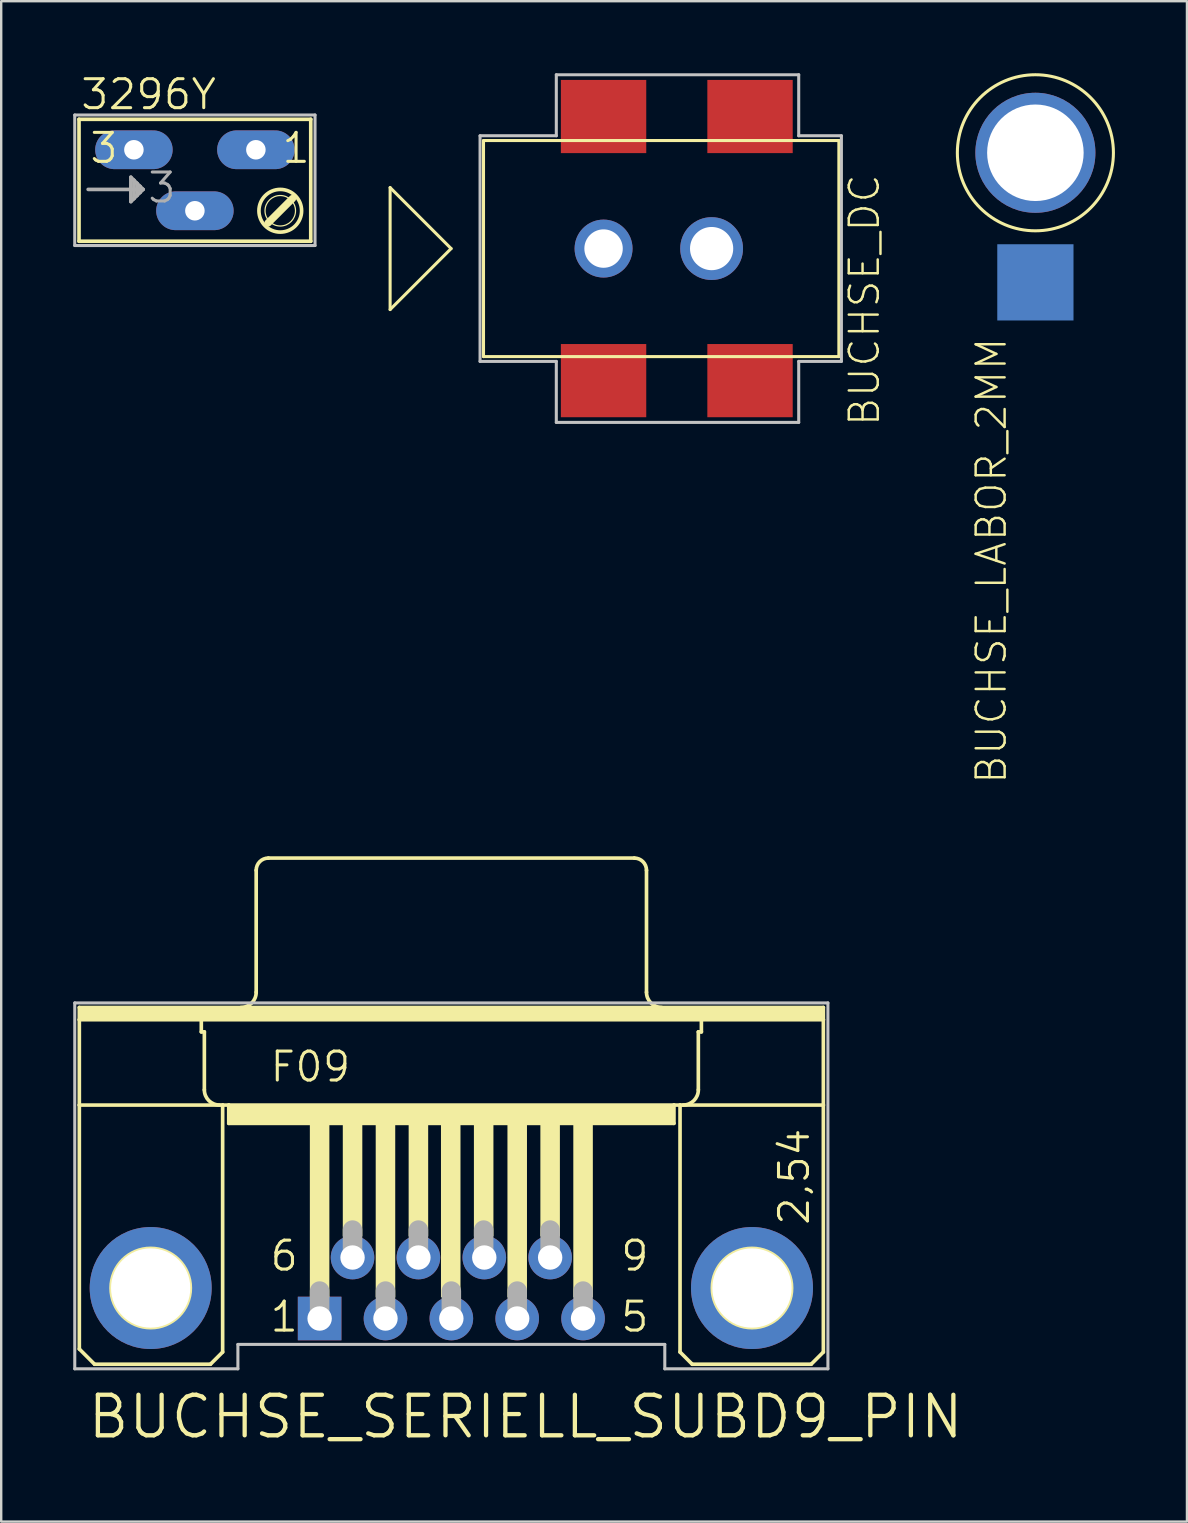
<source format=kicad_pcb>
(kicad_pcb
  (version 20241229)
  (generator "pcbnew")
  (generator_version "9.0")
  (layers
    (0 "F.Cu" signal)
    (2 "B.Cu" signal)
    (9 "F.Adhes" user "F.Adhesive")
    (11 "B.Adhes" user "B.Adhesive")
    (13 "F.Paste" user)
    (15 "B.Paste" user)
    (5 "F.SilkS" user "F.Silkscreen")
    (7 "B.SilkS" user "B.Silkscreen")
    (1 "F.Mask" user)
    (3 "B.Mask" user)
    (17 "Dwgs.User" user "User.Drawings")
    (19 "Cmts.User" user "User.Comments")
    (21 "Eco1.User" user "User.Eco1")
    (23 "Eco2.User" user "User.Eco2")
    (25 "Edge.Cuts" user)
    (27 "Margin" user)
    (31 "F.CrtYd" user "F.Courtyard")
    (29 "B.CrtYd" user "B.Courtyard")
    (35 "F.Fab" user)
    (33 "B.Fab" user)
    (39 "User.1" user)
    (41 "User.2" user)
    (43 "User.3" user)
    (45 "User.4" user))
  (footprint "BUCHSE_SERIELL_SUBD9_PIN"
    (layer "F.Cu")
    (at 15.748 50.595)
    (property "Reference" "BUCHSE_SERIELL_SUBD9_PIN" (at -15.24 6.35 0) (layer "F.SilkS") (effects (font (size 1.689 1.689) (thickness 0.178)) (justify left bottom)))
    (attr through_hole)
    (fp_line (start -15.494 -11.684) (end 15.494 -11.684) (stroke (width 0.152) (type solid)) (layer "F.SilkS"))
    (fp_line (start -15.494 -11.176) (end -15.494 -11.684) (stroke (width 0.152) (type solid)) (layer "F.SilkS"))
    (fp_line (start -15.494 -11.176) (end -10.414 -11.176) (stroke (width 0.152) (type solid)) (layer "F.SilkS"))
    (fp_line (start -15.494 -7.62) (end -15.494 -11.176) (stroke (width 0.152) (type solid)) (layer "F.SilkS"))
    (fp_line (start -15.494 -7.62) (end -9.525 -7.62) (stroke (width 0.152) (type solid)) (layer "F.SilkS"))
    (fp_line (start -15.494 2.54) (end -15.494 -7.62) (stroke (width 0.152) (type solid)) (layer "F.SilkS"))
    (fp_line (start -14.859 3.175) (end -15.494 2.54) (stroke (width 0.152) (type solid)) (layer "F.SilkS"))
    (fp_line (start -10.414 -11.176) (end 10.414 -11.176) (stroke (width 0.152) (type solid)) (layer "F.SilkS"))
    (fp_line (start -10.414 -10.668) (end -10.414 -11.176) (stroke (width 0.152) (type solid)) (layer "F.SilkS"))
    (fp_line (start -10.414 -10.668) (end -10.287 -10.668) (stroke (width 0.152) (type solid)) (layer "F.SilkS"))
    (fp_line (start -10.287 -8.255) (end -10.287 -10.668) (stroke (width 0.152) (type solid)) (layer "F.SilkS"))
    (fp_line (start -10.033 3.175) (end -14.859 3.175) (stroke (width 0.152) (type solid)) (layer "F.SilkS"))
    (fp_line (start -10.033 3.175) (end -9.525 2.667) (stroke (width 0.152) (type solid)) (layer "F.SilkS"))
    (fp_line (start -9.525 -7.62) (end -9.271 -7.62) (stroke (width 0.152) (type solid)) (layer "F.SilkS"))
    (fp_line (start -9.525 2.667) (end -9.525 -7.62) (stroke (width 0.152) (type solid)) (layer "F.SilkS"))
    (fp_line (start -9.271 -7.62) (end -9.271 -6.858) (stroke (width 0.152) (type solid)) (layer "F.SilkS"))
    (fp_line (start -9.271 -7.62) (end 9.271 -7.62) (stroke (width 0.152) (type solid)) (layer "F.SilkS"))
    (fp_line (start -9.271 -6.858) (end 9.271 -6.858) (stroke (width 0.152) (type solid)) (layer "F.SilkS"))
    (fp_line (start -8.128 -12.319) (end -8.128 -17.399) (stroke (width 0.152) (type solid)) (layer "F.SilkS"))
    (fp_line (start -7.62 -17.907) (end 7.62 -17.907) (stroke (width 0.152) (type solid)) (layer "F.SilkS"))
    (fp_line (start 8.128 -12.319) (end 8.128 -17.399) (stroke (width 0.152) (type solid)) (layer "F.SilkS"))
    (fp_line (start 9.271 -7.62) (end 9.271 -6.858) (stroke (width 0.152) (type solid)) (layer "F.SilkS"))
    (fp_line (start 9.271 -7.62) (end 9.525 -7.62) (stroke (width 0.152) (type solid)) (layer "F.SilkS"))
    (fp_line (start 9.525 -7.62) (end 15.494 -7.62) (stroke (width 0.152) (type solid)) (layer "F.SilkS"))
    (fp_line (start 9.525 2.667) (end 9.525 -7.62) (stroke (width 0.152) (type solid)) (layer "F.SilkS"))
    (fp_line (start 9.525 2.667) (end 10.033 3.175) (stroke (width 0.152) (type solid)) (layer "F.SilkS"))
    (fp_line (start 10.033 3.175) (end 14.986 3.175) (stroke (width 0.152) (type solid)) (layer "F.SilkS"))
    (fp_line (start 10.287 -10.668) (end 10.414 -10.668) (stroke (width 0.152) (type solid)) (layer "F.SilkS"))
    (fp_line (start 10.287 -8.255) (end 10.287 -10.668) (stroke (width 0.152) (type solid)) (layer "F.SilkS"))
    (fp_line (start 10.414 -11.176) (end 15.494 -11.176) (stroke (width 0.152) (type solid)) (layer "F.SilkS"))
    (fp_line (start 10.414 -10.668) (end 10.414 -11.176) (stroke (width 0.152) (type solid)) (layer "F.SilkS"))
    (fp_line (start 14.986 3.175) (end 15.494 2.667) (stroke (width 0.152) (type solid)) (layer "F.SilkS"))
    (fp_line (start 15.494 -11.684) (end 15.494 -11.176) (stroke (width 0.152) (type solid)) (layer "F.SilkS"))
    (fp_line (start 15.494 -11.176) (end 15.494 -7.62) (stroke (width 0.152) (type solid)) (layer "F.SilkS"))
    (fp_line (start 15.494 2.667) (end 15.494 -7.62) (stroke (width 0.152) (type solid)) (layer "F.SilkS"))
    (fp_arc (start -9.652 -7.62) (mid -10.101013 -7.805987) (end -10.287 -8.255) (stroke (width 0.1524) (type solid)) (layer "F.SilkS"))
    (fp_arc (start -8.128 -17.399) (mid -7.97921 -17.75821) (end -7.62 -17.907) (stroke (width 0.1524) (type solid)) (layer "F.SilkS"))
    (fp_arc (start -8.128 -12.319) (mid -8.313987 -11.869987) (end -8.763 -11.684) (stroke (width 0.1524) (type solid)) (layer "F.SilkS"))
    (fp_arc (start 7.62 -17.907) (mid 7.97921 -17.75821) (end 8.128 -17.399) (stroke (width 0.1524) (type solid)) (layer "F.SilkS"))
    (fp_arc (start 8.763 -11.684) (mid 8.313987 -11.869987) (end 8.128 -12.319) (stroke (width 0.1524) (type solid)) (layer "F.SilkS"))
    (fp_arc (start 10.287 -8.255) (mid 10.101013 -7.805987) (end 9.652 -7.62) (stroke (width 0.1524) (type solid)) (layer "F.SilkS"))
    (fp_circle (center -12.522 0) (end -10.871 0) (stroke (width 0.152) (type solid)) (fill no) (layer "F.SilkS"))
    (fp_circle (center 12.522 0) (end 14.173 0) (stroke (width 0.152) (type solid)) (fill no) (layer "F.SilkS"))
    (fp_poly (pts (xy -15.494 -11.176) (xy 15.494 -11.176) (xy 15.494 -11.684) (xy -15.494 -11.684)) (stroke (width 0) (type solid)) (fill yes) (layer "F.SilkS"))
    (fp_poly (pts (xy -9.271 -6.858) (xy 9.271 -6.858) (xy 9.271 -7.62) (xy -9.271 -7.62)) (stroke (width 0) (type solid)) (fill yes) (layer "F.SilkS"))
    (fp_poly (pts (xy -5.893 0.381) (xy -5.08 0.381) (xy -5.08 -6.858) (xy -5.893 -6.858)) (stroke (width 0) (type solid)) (fill yes) (layer "F.SilkS"))
    (fp_poly (pts (xy -4.521 -2.159) (xy -3.708 -2.159) (xy -3.708 -6.858) (xy -4.521 -6.858)) (stroke (width 0) (type solid)) (fill yes) (layer "F.SilkS"))
    (fp_poly (pts (xy -3.15 0.381) (xy -2.337 0.381) (xy -2.337 -6.858) (xy -3.15 -6.858)) (stroke (width 0) (type solid)) (fill yes) (layer "F.SilkS"))
    (fp_poly (pts (xy -1.778 -2.159) (xy -0.965 -2.159) (xy -0.965 -6.858) (xy -1.778 -6.858)) (stroke (width 0) (type solid)) (fill yes) (layer "F.SilkS"))
    (fp_poly (pts (xy -0.432 0.381) (xy 0.381 0.381) (xy 0.381 -6.858) (xy -0.432 -6.858)) (stroke (width 0) (type solid)) (fill yes) (layer "F.SilkS"))
    (fp_poly (pts (xy 0.94 -2.159) (xy 1.753 -2.159) (xy 1.753 -6.858) (xy 0.94 -6.858)) (stroke (width 0) (type solid)) (fill yes) (layer "F.SilkS"))
    (fp_poly (pts (xy 2.337 0.381) (xy 3.15 0.381) (xy 3.15 -6.858) (xy 2.337 -6.858)) (stroke (width 0) (type solid)) (fill yes) (layer "F.SilkS"))
    (fp_poly (pts (xy 3.708 -2.159) (xy 4.521 -2.159) (xy 4.521 -6.858) (xy 3.708 -6.858)) (stroke (width 0) (type solid)) (fill yes) (layer "F.SilkS"))
    (fp_poly (pts (xy 5.08 0.381) (xy 5.893 0.381) (xy 5.893 -6.858) (xy 5.08 -6.858)) (stroke (width 0) (type solid)) (fill yes) (layer "F.SilkS"))
    (fp_line (start -15.684 -11.874) (end 15.684 -11.874) (stroke (width 0.127) (type solid)) (layer "Dwgs.User"))
    (fp_line (start -15.684 3.365) (end -15.684 -11.874) (stroke (width 0.127) (type solid)) (layer "Dwgs.User"))
    (fp_line (start -8.89 2.349) (end -8.89 3.365) (stroke (width 0.127) (type solid)) (layer "Dwgs.User"))
    (fp_line (start -8.89 3.365) (end -15.684 3.365) (stroke (width 0.127) (type solid)) (layer "Dwgs.User"))
    (fp_line (start 8.89 2.349) (end -8.89 2.349) (stroke (width 0.127) (type solid)) (layer "Dwgs.User"))
    (fp_line (start 8.89 3.365) (end 8.89 2.349) (stroke (width 0.127) (type solid)) (layer "Dwgs.User"))
    (fp_line (start 15.684 -11.874) (end 15.684 3.365) (stroke (width 0.127) (type solid)) (layer "Dwgs.User"))
    (fp_line (start 15.684 3.365) (end 8.89 3.365) (stroke (width 0.127) (type solid)) (layer "Dwgs.User"))
    (fp_line (start -5.486 1.143) (end -5.486 0.127) (stroke (width 0.813) (type solid)) (layer "F.Fab"))
    (fp_line (start -4.115 -1.397) (end -4.115 -2.413) (stroke (width 0.813) (type solid)) (layer "F.Fab"))
    (fp_line (start -2.743 1.143) (end -2.743 0.127) (stroke (width 0.813) (type solid)) (layer "F.Fab"))
    (fp_line (start -1.372 -1.397) (end -1.372 -2.413) (stroke (width 0.813) (type solid)) (layer "F.Fab"))
    (fp_line (start 0 1.143) (end 0 0.127) (stroke (width 0.813) (type solid)) (layer "F.Fab"))
    (fp_line (start 1.346 -1.397) (end 1.346 -2.413) (stroke (width 0.813) (type solid)) (layer "F.Fab"))
    (fp_line (start 2.743 1.143) (end 2.743 0.127) (stroke (width 0.813) (type solid)) (layer "F.Fab"))
    (fp_line (start 4.115 -1.397) (end 4.115 -2.413) (stroke (width 0.813) (type solid)) (layer "F.Fab"))
    (fp_line (start 5.486 1.143) (end 5.486 0.127) (stroke (width 0.813) (type solid)) (layer "F.Fab"))
    (fp_text user "F09" (at -7.62 -8.509 0) (layer "F.SilkS") (effects (font (size 1.206 1.206) (thickness 0.127)) (justify left bottom)))
    (fp_text user "5" (at 6.985 1.905 0) (layer "F.SilkS") (effects (font (size 1.206 1.206) (thickness 0.127)) (justify left bottom)))
    (fp_text user "1" (at -7.62 1.905 0) (layer "F.SilkS") (effects (font (size 1.206 1.206) (thickness 0.127)) (justify left bottom)))
    (fp_text user "2,54" (at 14.986 -2.54 90) (layer "F.SilkS") (effects (font (size 1.206 1.206) (thickness 0.127)) (justify left bottom)))
    (fp_text user "9" (at 6.985 -0.635 0) (layer "F.SilkS") (effects (font (size 1.206 1.206) (thickness 0.127)) (justify left bottom)))
    (fp_text user "6" (at -7.62 -0.635 0) (layer "F.SilkS") (effects (font (size 1.206 1.206) (thickness 0.127)) (justify left bottom)))
    (pad "1" thru_hole rect (at -5.486 1.27) (size 1.816 1.816) (drill 1.016) (layers "*.Cu" "*.Mask"))
    (pad "2" thru_hole circle (at -2.743 1.27) (size 1.816 1.816) (drill 1.016) (layers "*.Cu" "*.Mask"))
    (pad "3" thru_hole circle (at 0 1.27) (size 1.816 1.816) (drill 1.016) (layers "*.Cu" "*.Mask"))
    (pad "4" thru_hole circle (at 2.743 1.27) (size 1.816 1.816) (drill 1.016) (layers "*.Cu" "*.Mask"))
    (pad "5" thru_hole circle (at 5.486 1.27) (size 1.816 1.816) (drill 1.016) (layers "*.Cu" "*.Mask"))
    (pad "6" thru_hole circle (at -4.115 -1.27) (size 1.816 1.816) (drill 1.016) (layers "*.Cu" "*.Mask"))
    (pad "7" thru_hole circle (at -1.372 -1.27) (size 1.816 1.816) (drill 1.016) (layers "*.Cu" "*.Mask"))
    (pad "8" thru_hole circle (at 1.372 -1.27) (size 1.816 1.816) (drill 1.016) (layers "*.Cu" "*.Mask"))
    (pad "9" thru_hole circle (at 4.115 -1.27) (size 1.816 1.816) (drill 1.016) (layers "*.Cu" "*.Mask"))
    (pad "G1" thru_hole circle (at -12.522 0) (size 5.08 5.08) (drill 3.302) (layers "*.Cu" "*.Mask"))
    (pad "G2" thru_hole circle (at 12.522 0) (size 5.08 5.08) (drill 3.302) (layers "*.Cu" "*.Mask")))
  (footprint "3296Y"
    (layer "F.Cu")
    (at 5.067 4.458)
    (property "Reference" "3296Y" (at -4.826 -2.87 0) (layer "F.SilkS") (effects (font (size 1.206 1.206) (thickness 0.127)) (justify left bottom)))
    (attr through_hole)
    (fp_line (start -4.826 2.54) (end -4.826 -2.54) (stroke (width 0.152) (type solid)) (layer "F.SilkS"))
    (fp_line (start -4.826 2.54) (end 4.826 2.54) (stroke (width 0.152) (type solid)) (layer "F.SilkS"))
    (fp_line (start 4.064 0.762) (end 3.048 1.778) (stroke (width 0.305) (type solid)) (layer "F.SilkS"))
    (fp_line (start 4.826 -2.54) (end -4.826 -2.54) (stroke (width 0.152) (type solid)) (layer "F.SilkS"))
    (fp_line (start 4.826 -2.54) (end 4.826 2.54) (stroke (width 0.152) (type solid)) (layer "F.SilkS"))
    (fp_circle (center 3.556 1.27) (end 4.191 1.27) (stroke (width 0.051) (type solid)) (fill no) (layer "F.SilkS"))
    (fp_circle (center 3.556 1.27) (end 4.445 1.27) (stroke (width 0.152) (type solid)) (fill no) (layer "F.SilkS"))
    (fp_line (start -5.004 -2.718) (end -5.004 2.718) (stroke (width 0.127) (type solid)) (layer "Dwgs.User"))
    (fp_line (start -5.004 2.718) (end 5.004 2.718) (stroke (width 0.127) (type solid)) (layer "Dwgs.User"))
    (fp_line (start 5.004 -2.718) (end -5.004 -2.718) (stroke (width 0.127) (type solid)) (layer "Dwgs.User"))
    (fp_line (start 5.004 2.718) (end 5.004 -2.718) (stroke (width 0.127) (type solid)) (layer "Dwgs.User"))
    (fp_line (start -4.445 0.381) (end -2.54 0.381) (stroke (width 0.152) (type solid)) (layer "F.Fab"))
    (fp_line (start -2.667 -0.127) (end -2.667 0.889) (stroke (width 0.152) (type solid)) (layer "F.Fab"))
    (fp_line (start -2.667 0.889) (end -2.54 0.762) (stroke (width 0.152) (type solid)) (layer "F.Fab"))
    (fp_line (start -2.54 0) (end -2.667 -0.127) (stroke (width 0.152) (type solid)) (layer "F.Fab"))
    (fp_line (start -2.54 0.381) (end -2.54 0) (stroke (width 0.152) (type solid)) (layer "F.Fab"))
    (fp_line (start -2.54 0.762) (end -2.54 0.381) (stroke (width 0.152) (type solid)) (layer "F.Fab"))
    (fp_line (start -2.413 0.127) (end -2.54 0) (stroke (width 0.152) (type solid)) (layer "F.Fab"))
    (fp_line (start -2.413 0.635) (end -2.54 0.762) (stroke (width 0.152) (type solid)) (layer "F.Fab"))
    (fp_line (start -2.413 0.635) (end -2.413 0.127) (stroke (width 0.152) (type solid)) (layer "F.Fab"))
    (fp_line (start -2.286 0.254) (end -2.413 0.127) (stroke (width 0.152) (type solid)) (layer "F.Fab"))
    (fp_line (start -2.286 0.508) (end -2.413 0.635) (stroke (width 0.152) (type solid)) (layer "F.Fab"))
    (fp_line (start -2.286 0.508) (end -2.286 0.254) (stroke (width 0.152) (type solid)) (layer "F.Fab"))
    (fp_line (start -2.159 0.381) (end -2.54 0.381) (stroke (width 0.152) (type solid)) (layer "F.Fab"))
    (fp_line (start -2.159 0.381) (end -2.286 0.254) (stroke (width 0.152) (type solid)) (layer "F.Fab"))
    (fp_line (start -2.159 0.381) (end -2.286 0.508) (stroke (width 0.152) (type solid)) (layer "F.Fab"))
    (fp_text user "1" (at 3.556 -0.635 0) (layer "F.SilkS") (effects (font (size 1.206 1.206) (thickness 0.127)) (justify left bottom)))
    (fp_text user "3" (at -4.445 -0.635 0) (layer "F.SilkS") (effects (font (size 1.206 1.206) (thickness 0.127)) (justify left bottom)))
    (fp_text user "3" (at -2.032 1.016 0) (layer "F.Fab") (effects (font (size 1.206 1.206) (thickness 0.127)) (justify left bottom)))
    (pad "A" thru_hole oval (at 2.54 -1.27) (size 3.226 1.613) (drill 0.813) (layers "*.Cu" "*.Mask"))
    (pad "E" thru_hole oval (at -2.54 -1.27) (size 3.226 1.613) (drill 0.813) (layers "*.Cu" "*.Mask"))
    (pad "S" thru_hole oval (at 0 1.27) (size 3.226 1.613) (drill 0.813) (layers "*.Cu" "*.Mask")))
  (footprint "BUCHSE_LABOR_2MM"
    (layer "F.Cu")
    (at 40.073 3.313)
    (property "Reference" "BUCHSE_LABOR_2MM" (at -2.54 7.62 90) (layer "F.SilkS") (effects (font (size 1.206 1.206) (thickness 0.102)) (justify right top)))
    (attr through_hole)
    (fp_circle (center 0 0) (end 3.25 0) (stroke (width 0.127) (type solid)) (fill no) (layer "F.SilkS"))
    (pad "DRILL" thru_hole circle (at 0 0) (size 5 5) (drill 4.02) (layers "*.Cu" "*.Mask"))
    (pad "PAD" smd rect (at 0 5.397) (size 3.175 3.175) (layers "B.Cu" "B.Mask" "B.Paste")))
  (footprint "BUCHSE_DC"
    (layer "F.Cu")
    (at 22.088 7.303)
    (property "Reference" "BUCHSE_DC" (at 10.16 -3.175 90) (layer "F.SilkS") (effects (font (size 1.206 1.206) (thickness 0.102)) (justify right top)))
    (attr through_hole)
    (fp_line (start -8.89 -2.54) (end -8.89 2.54) (stroke (width 0.127) (type solid)) (layer "F.SilkS"))
    (fp_line (start -8.89 2.54) (end -6.35 0) (stroke (width 0.127) (type solid)) (layer "F.SilkS"))
    (fp_line (start -6.35 0) (end -8.89 -2.54) (stroke (width 0.127) (type solid)) (layer "F.SilkS"))
    (fp_line (start -5 -4.5) (end -5 4.5) (stroke (width 0.127) (type solid)) (layer "F.SilkS"))
    (fp_line (start -5 -4.5) (end 9.8 -4.5) (stroke (width 0.127) (type solid)) (layer "F.SilkS"))
    (fp_line (start -5 4.5) (end 9.8 4.5) (stroke (width 0.127) (type solid)) (layer "F.SilkS"))
    (fp_line (start 9.8 -4.5) (end 9.8 4.5) (stroke (width 0.127) (type solid)) (layer "F.SilkS"))
    (fp_line (start -5.144 -4.699) (end -1.968 -4.699) (stroke (width 0.127) (type solid)) (layer "Dwgs.User"))
    (fp_line (start -5.144 4.699) (end -5.144 -4.699) (stroke (width 0.127) (type solid)) (layer "Dwgs.User"))
    (fp_line (start -1.968 -7.239) (end 8.128 -7.239) (stroke (width 0.127) (type solid)) (layer "Dwgs.User"))
    (fp_line (start -1.968 -4.699) (end -1.968 -7.239) (stroke (width 0.127) (type solid)) (layer "Dwgs.User"))
    (fp_line (start -1.968 4.699) (end -5.144 4.699) (stroke (width 0.127) (type solid)) (layer "Dwgs.User"))
    (fp_line (start -1.968 7.239) (end -1.968 4.699) (stroke (width 0.127) (type solid)) (layer "Dwgs.User"))
    (fp_line (start 8.128 -7.239) (end 8.128 -4.699) (stroke (width 0.127) (type solid)) (layer "Dwgs.User"))
    (fp_line (start 8.128 -4.699) (end 9.906 -4.699) (stroke (width 0.127) (type solid)) (layer "Dwgs.User"))
    (fp_line (start 8.128 4.699) (end 8.128 7.239) (stroke (width 0.127) (type solid)) (layer "Dwgs.User"))
    (fp_line (start 8.128 7.239) (end -1.968 7.239) (stroke (width 0.127) (type solid)) (layer "Dwgs.User"))
    (fp_line (start 9.906 -4.699) (end 9.906 4.699) (stroke (width 0.127) (type solid)) (layer "Dwgs.User"))
    (fp_line (start 9.906 4.699) (end 8.128 4.699) (stroke (width 0.127) (type solid)) (layer "Dwgs.User"))
    (pad "DRILL1" thru_hole circle (at 0 0 180) (size 2.413 2.413) (drill 1.6) (layers "*.Cu" "*.Mask"))
    (pad "DRILL2" thru_hole circle (at 4.5 0) (size 2.616 2.616) (drill 1.8) (layers "*.Cu" "*.Mask"))
    (pad "FEDER" smd rect (at 0 5.5 90) (size 3.048 3.556) (layers "F.Cu" "F.Mask" "F.Paste"))
    (pad "KONTAKT" smd rect (at 6.1 5.5 90) (size 3.048 3.556) (layers "F.Cu" "F.Mask" "F.Paste"))
    (pad "STIFT_A" smd rect (at 0 -5.5 90) (size 3.048 3.556) (layers "F.Cu" "F.Mask" "F.Paste"))
    (pad "STIFT_B" smd rect (at 6.1 -5.5 270) (size 3.048 3.556) (layers "F.Cu" "F.Mask" "F.Paste")))
  (gr_rect
    (start -3 -3)
    (end 46.386 60.323)
    (stroke (width 0.1) (type default))
    (fill no)
    (layer "Edge.Cuts")))
</source>
